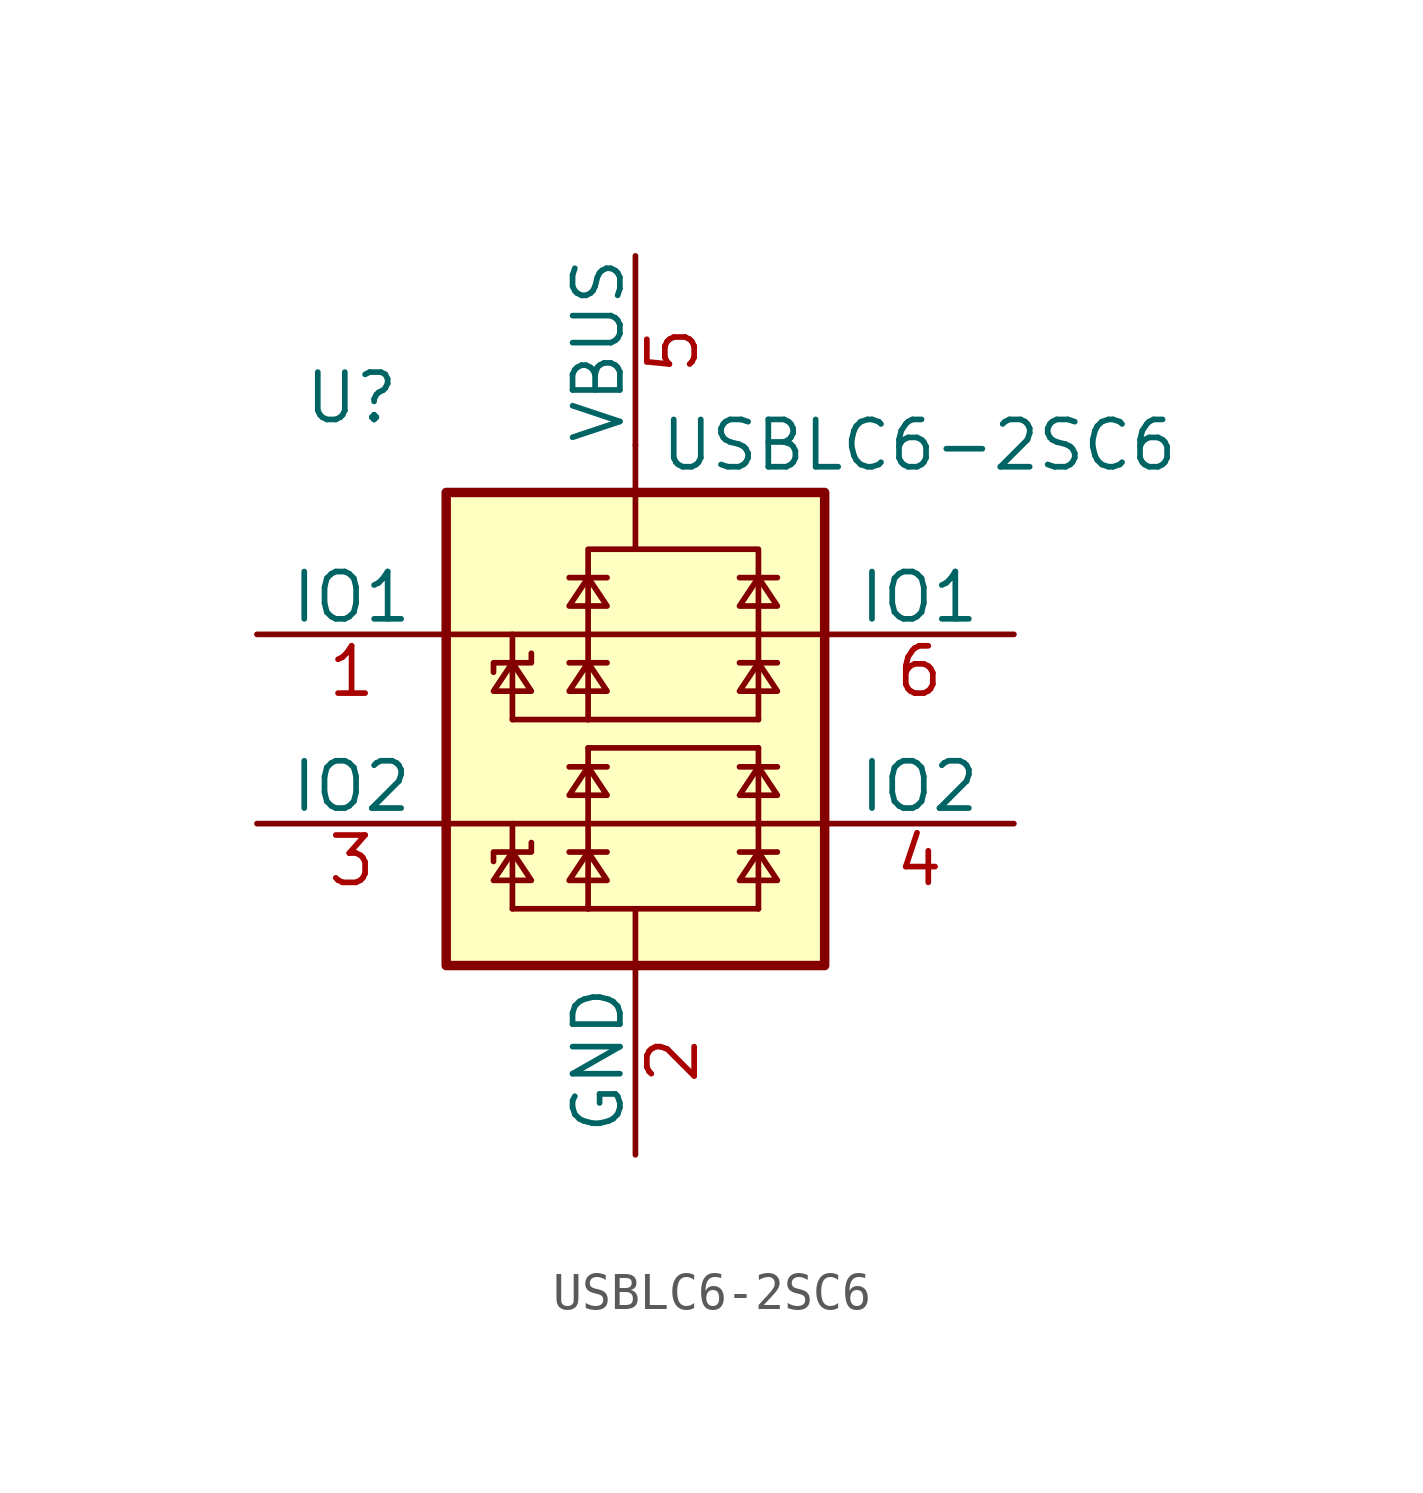
<source format=kicad_sym>
(kicad_symbol_lib
  (version 20231120)
  (generator "kicad_symbol_editor")
  (generator_version "8.0")
  (symbol "USBLC6-2SC6"
    (pin_names
      (offset 0))
    (property "Reference" "U"
      (at -7.62 8.89 0)
      (effects (font (size 1.27 1.27))))
    (property "Value" "USBLC6-2SC6"
      (at 7.62 7.62 0)
      (effects (font (size 1.27 1.27))))
    (symbol "USBLC6-2SC6_0_1"
      (rectangle (start -5.08 -6.35) (end 5.08 6.35) (stroke (width 0.254) (type default)) (fill (type background)))
      (polyline (pts (xy -5.08 -2.54) (xy 5.08 -2.54)) (stroke (width 0) (type default)) (fill (type none)))
      (polyline (pts (xy 5.08 2.54) (xy -5.08 2.54)) (stroke (width 0) (type default)) (fill (type none))))
    (symbol "USBLC6-2SC6_1_1"
      (polyline (pts (xy 0 4.826) (xy 0 7.62)) (stroke (width 0) (type default)) (fill (type none)))
      (polyline (pts (xy -3.302 -4.826) (xy -1.27 -4.826) (xy -1.27 -4.826)) (stroke (width 0) (type default)) (fill (type none)))
      (polyline (pts (xy -3.302 -3.302) (xy -3.302 -2.54) (xy -3.302 -2.54)) (stroke (width 0) (type default)) (fill (type none)))
      (polyline (pts (xy -3.302 0.254) (xy -3.302 1.778) (xy -3.302 1.016)) (stroke (width 0) (type default)) (fill (type none)))
      (polyline (pts (xy -3.302 0.254) (xy -1.27 0.254) (xy -1.27 0.254)) (stroke (width 0) (type default)) (fill (type none)))
      (polyline (pts (xy -3.302 1.778) (xy -3.302 2.54) (xy -3.302 2.54)) (stroke (width 0) (type default)) (fill (type none)))
      (polyline (pts (xy -1.778 -3.302) (xy -1.27 -3.302) (xy -0.762 -3.302)) (stroke (width 0) (type default)) (fill (type none)))
      (polyline (pts (xy -1.778 -1.016) (xy -1.27 -1.016) (xy -0.762 -1.016)) (stroke (width 0) (type default)) (fill (type none)))
      (polyline (pts (xy -1.778 1.778) (xy -1.27 1.778) (xy -0.762 1.778)) (stroke (width 0) (type default)) (fill (type none)))
      (polyline (pts (xy -1.778 4.064) (xy -1.27 4.064) (xy -0.762 4.064)) (stroke (width 0) (type default)) (fill (type none)))
      (polyline (pts (xy -1.27 -4.826) (xy -1.27 -3.302) (xy -1.27 -4.064)) (stroke (width 0) (type default)) (fill (type none)))
      (polyline (pts (xy -1.27 -4.826) (xy 3.302 -4.826) (xy 3.302 -4.826)) (stroke (width 0) (type default)) (fill (type none)))
      (polyline (pts (xy -1.27 -1.016) (xy -1.27 -0.508) (xy -1.27 -0.508)) (stroke (width 0) (type default)) (fill (type none)))
      (polyline (pts (xy -1.27 -0.508) (xy 3.302 -0.508) (xy 3.302 -0.508)) (stroke (width 0) (type default)) (fill (type none)))
      (polyline (pts (xy -1.27 0.254) (xy -1.27 1.778) (xy -1.27 1.016)) (stroke (width 0) (type default)) (fill (type none)))
      (polyline (pts (xy -1.27 0.254) (xy 3.302 0.254) (xy 3.302 0.254)) (stroke (width 0) (type default)) (fill (type none)))
      (polyline (pts (xy 0 -6.35) (xy 0 -4.826) (xy 0 -4.826)) (stroke (width 0) (type default)) (fill (type none)))
      (polyline (pts (xy 2.794 -3.302) (xy 3.302 -3.302) (xy 3.81 -3.302)) (stroke (width 0) (type default)) (fill (type none)))
      (polyline (pts (xy 2.794 -1.016) (xy 3.302 -1.016) (xy 3.81 -1.016)) (stroke (width 0) (type default)) (fill (type none)))
      (polyline (pts (xy 2.794 1.778) (xy 3.302 1.778) (xy 3.81 1.778)) (stroke (width 0) (type default)) (fill (type none)))
      (polyline (pts (xy 2.794 4.064) (xy 3.302 4.064) (xy 3.81 4.064)) (stroke (width 0) (type default)) (fill (type none)))
      (polyline (pts (xy 3.302 -1.016) (xy 3.302 -0.508) (xy 3.302 -0.508)) (stroke (width 0) (type default)) (fill (type none)))
      (polyline (pts (xy -3.302 -4.826) (xy -3.302 -3.302) (xy -3.302 -4.064) (xy -3.302 -4.064)) (stroke (width 0) (type default)) (fill (type none)))
      (polyline (pts (xy 3.302 -4.826) (xy 3.302 -3.302) (xy 3.302 -4.064) (xy 3.302 -4.064)) (stroke (width 0) (type default)) (fill (type none)))
      (polyline (pts (xy 3.302 0.254) (xy 3.302 1.778) (xy 3.302 1.016) (xy 3.302 1.016)) (stroke (width 0) (type default)) (fill (type none)))
      (polyline (pts (xy -3.302 -3.302) (xy -3.81 -4.064) (xy -2.794 -4.064) (xy -3.302 -3.302) (xy -3.302 -3.302)) (stroke (width 0) (type default)) (fill (type none)))
      (polyline (pts (xy -3.302 1.778) (xy -3.81 1.016) (xy -2.794 1.016) (xy -3.302 1.778) (xy -3.302 1.778)) (stroke (width 0) (type default)) (fill (type none)))
      (polyline (pts (xy -2.794 -3.048) (xy -2.794 -3.302) (xy -3.81 -3.302) (xy -3.81 -3.556) (xy -3.81 -3.556)) (stroke (width 0) (type default)) (fill (type none)))
      (polyline (pts (xy -2.794 2.032) (xy -2.794 1.778) (xy -3.81 1.778) (xy -3.81 1.524) (xy -3.81 1.524)) (stroke (width 0) (type default)) (fill (type none)))
      (polyline (pts (xy -1.27 -3.302) (xy -1.778 -4.064) (xy -0.762 -4.064) (xy -1.27 -3.302) (xy -1.27 -3.302)) (stroke (width 0) (type default)) (fill (type none)))
      (polyline (pts (xy -1.27 -3.302) (xy -1.27 -1.016) (xy -1.27 -1.778) (xy -1.27 -1.778) (xy -1.27 -1.778)) (stroke (width 0) (type default)) (fill (type none)))
      (polyline (pts (xy -1.27 -1.016) (xy -1.778 -1.778) (xy -0.762 -1.778) (xy -1.27 -1.016) (xy -1.27 -1.016)) (stroke (width 0) (type default)) (fill (type none)))
      (polyline (pts (xy -1.27 1.778) (xy -1.778 1.016) (xy -0.762 1.016) (xy -1.27 1.778) (xy -1.27 1.778)) (stroke (width 0) (type default)) (fill (type none)))
      (polyline (pts (xy -1.27 1.778) (xy -1.27 4.064) (xy -1.27 3.302) (xy -1.27 3.302) (xy -1.27 3.302)) (stroke (width 0) (type default)) (fill (type none)))
      (polyline (pts (xy -1.27 4.064) (xy -1.778 3.302) (xy -0.762 3.302) (xy -1.27 4.064) (xy -1.27 4.064)) (stroke (width 0) (type default)) (fill (type none)))
      (polyline (pts (xy -1.27 4.064) (xy -1.27 4.826) (xy 3.302 4.826) (xy 3.302 4.064) (xy 3.302 4.064)) (stroke (width 0) (type default)) (fill (type none)))
      (polyline (pts (xy 3.302 -3.302) (xy 2.794 -4.064) (xy 3.81 -4.064) (xy 3.302 -3.302) (xy 3.302 -3.302)) (stroke (width 0) (type default)) (fill (type none)))
      (polyline (pts (xy 3.302 -3.302) (xy 3.302 -1.016) (xy 3.302 -1.778) (xy 3.302 -1.778) (xy 3.302 -1.778)) (stroke (width 0) (type default)) (fill (type none)))
      (polyline (pts (xy 3.302 -1.016) (xy 2.794 -1.778) (xy 3.81 -1.778) (xy 3.302 -1.016) (xy 3.302 -1.016)) (stroke (width 0) (type default)) (fill (type none)))
      (polyline (pts (xy 3.302 1.778) (xy 2.794 1.016) (xy 3.81 1.016) (xy 3.302 1.778) (xy 3.302 1.778)) (stroke (width 0) (type default)) (fill (type none)))
      (polyline (pts (xy 3.302 1.778) (xy 3.302 4.064) (xy 3.302 3.302) (xy 3.302 3.302) (xy 3.302 3.302)) (stroke (width 0) (type default)) (fill (type none)))
      (polyline (pts (xy 3.302 4.064) (xy 2.794 3.302) (xy 3.81 3.302) (xy 3.302 4.064) (xy 3.302 4.064)) (stroke (width 0) (type default)) (fill (type none)))
      (pin passive line (at -10.16 2.54 0) (length 5.08) (name "IO1" (effects (font (size 1.27 1.27)))) (number "1" (effects (font (size 1.27 1.27)))))
      (pin passive line (at 0 -11.43 90) (length 5.08) (name "GND" (effects (font (size 1.27 1.27)))) (number "2" (effects (font (size 1.27 1.27)))))
      (pin passive line (at -10.16 -2.54 0) (length 5.08) (name "IO2" (effects (font (size 1.27 1.27)))) (number "3" (effects (font (size 1.27 1.27)))))
      (pin passive line (at 10.16 -2.54 180) (length 5.08) (name "IO2" (effects (font (size 1.27 1.27)))) (number "4" (effects (font (size 1.27 1.27)))))
      (pin passive line (at 0 12.7 270) (length 5.08) (name "VBUS" (effects (font (size 1.27 1.27)))) (number "5" (effects (font (size 1.27 1.27)))))
      (pin passive line (at 10.16 2.54 180) (length 5.08) (name "IO1" (effects (font (size 1.27 1.27)))) (number "6" (effects (font (size 1.27 1.27))))))))
</source>
